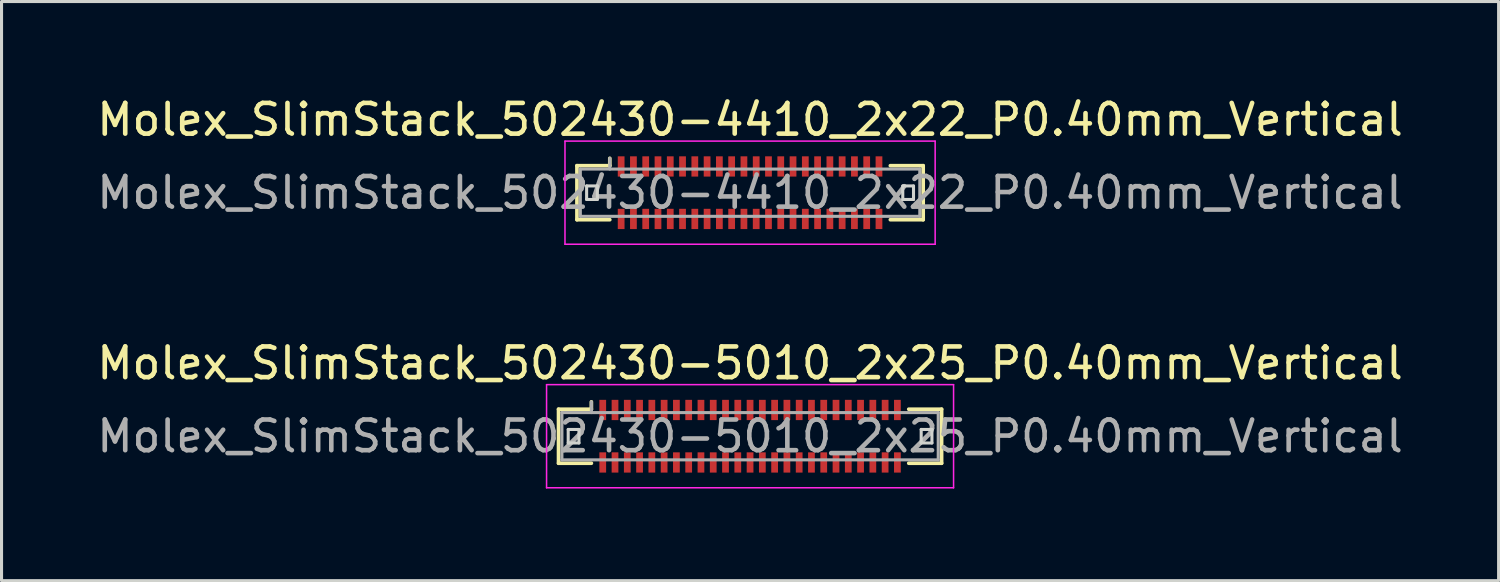
<source format=kicad_pcb>
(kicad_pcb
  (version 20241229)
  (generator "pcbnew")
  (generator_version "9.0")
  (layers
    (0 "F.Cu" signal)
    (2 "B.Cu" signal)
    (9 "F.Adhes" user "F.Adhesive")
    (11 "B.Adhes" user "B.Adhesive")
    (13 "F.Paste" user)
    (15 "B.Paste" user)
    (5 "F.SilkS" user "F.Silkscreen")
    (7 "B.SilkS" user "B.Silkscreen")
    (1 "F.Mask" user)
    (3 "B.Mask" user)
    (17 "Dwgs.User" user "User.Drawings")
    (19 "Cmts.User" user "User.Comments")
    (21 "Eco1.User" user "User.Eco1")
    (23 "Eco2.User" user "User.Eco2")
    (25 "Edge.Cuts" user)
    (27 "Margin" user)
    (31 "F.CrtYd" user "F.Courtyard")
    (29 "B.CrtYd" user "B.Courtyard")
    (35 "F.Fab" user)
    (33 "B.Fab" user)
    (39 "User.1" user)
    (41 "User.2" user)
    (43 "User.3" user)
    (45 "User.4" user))
  (footprint "Molex_SlimStack_502430-4410_2x22_P0.40mm_Vertical"
    (layer "F.Cu")
    (at 21.387 3.228)
    (property "Reference" "Molex_SlimStack_502430-4410_2x22_P0.40mm_Vertical" (at 0 -2.38 0) (layer "F.SilkS") (effects (font (size 1 1) (thickness 0.15))))
    (attr smd)
    (fp_line (start -5.64 -0.88) (end -4.57 -0.88) (stroke (width 0.12) (type solid)) (layer "F.SilkS"))
    (fp_line (start -5.64 0.88) (end -5.64 -0.88) (stroke (width 0.12) (type solid)) (layer "F.SilkS"))
    (fp_line (start -4.57 -0.88) (end -4.57 -1.12) (stroke (width 0.12) (type solid)) (layer "F.SilkS"))
    (fp_line (start -4.57 0.88) (end -5.64 0.88) (stroke (width 0.12) (type solid)) (layer "F.SilkS"))
    (fp_line (start 4.57 0.88) (end 5.64 0.88) (stroke (width 0.12) (type solid)) (layer "F.SilkS"))
    (fp_line (start 5.64 -0.88) (end 4.57 -0.88) (stroke (width 0.12) (type solid)) (layer "F.SilkS"))
    (fp_line (start 5.64 0.88) (end 5.64 -0.88) (stroke (width 0.12) (type solid)) (layer "F.SilkS"))
    (fp_line (start -5.325 -0.22) (end -5.325 0.22) (stroke (width 0.1) (type solid)) (layer "Edge.Cuts"))
    (fp_line (start -5.325 0.22) (end -4.975 0.22) (stroke (width 0.1) (type solid)) (layer "Edge.Cuts"))
    (fp_line (start -4.975 -0.22) (end -5.325 -0.22) (stroke (width 0.1) (type solid)) (layer "Edge.Cuts"))
    (fp_line (start -4.975 0.22) (end -4.975 -0.22) (stroke (width 0.1) (type solid)) (layer "Edge.Cuts"))
    (fp_line (start 4.975 -0.22) (end 4.975 0.22) (stroke (width 0.1) (type solid)) (layer "Edge.Cuts"))
    (fp_line (start 4.975 0.22) (end 5.325 0.22) (stroke (width 0.1) (type solid)) (layer "Edge.Cuts"))
    (fp_line (start 5.325 -0.22) (end 4.975 -0.22) (stroke (width 0.1) (type solid)) (layer "Edge.Cuts"))
    (fp_line (start 5.325 0.22) (end 5.325 -0.22) (stroke (width 0.1) (type solid)) (layer "Edge.Cuts"))
    (fp_line (start -6.03 -1.68) (end -6.03 1.68) (stroke (width 0.05) (type solid)) (layer "F.CrtYd"))
    (fp_line (start -6.03 1.68) (end 6.03 1.68) (stroke (width 0.05) (type solid)) (layer "F.CrtYd"))
    (fp_line (start 6.03 -1.68) (end -6.03 -1.68) (stroke (width 0.05) (type solid)) (layer "F.CrtYd"))
    (fp_line (start 6.03 1.68) (end 6.03 -1.68) (stroke (width 0.05) (type solid)) (layer "F.CrtYd"))
    (fp_line (start -5.53 -0.77) (end -5.53 0.77) (stroke (width 0.1) (type solid)) (layer "F.Fab"))
    (fp_line (start -5.53 0.77) (end 5.53 0.77) (stroke (width 0.1) (type solid)) (layer "F.Fab"))
    (fp_line (start -4.57 -0.77) (end -4.57 -1.12) (stroke (width 0.1) (type solid)) (layer "F.Fab"))
    (fp_line (start 5.53 -0.77) (end -5.53 -0.77) (stroke (width 0.1) (type solid)) (layer "F.Fab"))
    (fp_line (start 5.53 0.77) (end 5.53 -0.77) (stroke (width 0.1) (type solid)) (layer "F.Fab"))
    (fp_text user "${REFERENCE}" (at 0 0 0) (layer "F.Fab") (effects (font (size 1 1) (thickness 0.15))))
    (pad "1" smd rect (at -4.2 -0.855) (size 0.22 0.66) (layers "F.Cu" "F.Mask" "F.Paste"))
    (pad "2" smd rect (at -4.2 0.855) (size 0.22 0.66) (layers "F.Cu" "F.Mask" "F.Paste"))
    (pad "3" smd rect (at -3.8 -0.855) (size 0.22 0.66) (layers "F.Cu" "F.Mask" "F.Paste"))
    (pad "4" smd rect (at -3.8 0.855) (size 0.22 0.66) (layers "F.Cu" "F.Mask" "F.Paste"))
    (pad "5" smd rect (at -3.4 -0.855) (size 0.22 0.66) (layers "F.Cu" "F.Mask" "F.Paste"))
    (pad "6" smd rect (at -3.4 0.855) (size 0.22 0.66) (layers "F.Cu" "F.Mask" "F.Paste"))
    (pad "7" smd rect (at -3 -0.855) (size 0.22 0.66) (layers "F.Cu" "F.Mask" "F.Paste"))
    (pad "8" smd rect (at -3 0.855) (size 0.22 0.66) (layers "F.Cu" "F.Mask" "F.Paste"))
    (pad "9" smd rect (at -2.6 -0.855) (size 0.22 0.66) (layers "F.Cu" "F.Mask" "F.Paste"))
    (pad "10" smd rect (at -2.6 0.855) (size 0.22 0.66) (layers "F.Cu" "F.Mask" "F.Paste"))
    (pad "11" smd rect (at -2.2 -0.855) (size 0.22 0.66) (layers "F.Cu" "F.Mask" "F.Paste"))
    (pad "12" smd rect (at -2.2 0.855) (size 0.22 0.66) (layers "F.Cu" "F.Mask" "F.Paste"))
    (pad "13" smd rect (at -1.8 -0.855) (size 0.22 0.66) (layers "F.Cu" "F.Mask" "F.Paste"))
    (pad "14" smd rect (at -1.8 0.855) (size 0.22 0.66) (layers "F.Cu" "F.Mask" "F.Paste"))
    (pad "15" smd rect (at -1.4 -0.855) (size 0.22 0.66) (layers "F.Cu" "F.Mask" "F.Paste"))
    (pad "16" smd rect (at -1.4 0.855) (size 0.22 0.66) (layers "F.Cu" "F.Mask" "F.Paste"))
    (pad "17" smd rect (at -1 -0.855) (size 0.22 0.66) (layers "F.Cu" "F.Mask" "F.Paste"))
    (pad "18" smd rect (at -1 0.855) (size 0.22 0.66) (layers "F.Cu" "F.Mask" "F.Paste"))
    (pad "19" smd rect (at -0.6 -0.855) (size 0.22 0.66) (layers "F.Cu" "F.Mask" "F.Paste"))
    (pad "20" smd rect (at -0.6 0.855) (size 0.22 0.66) (layers "F.Cu" "F.Mask" "F.Paste"))
    (pad "21" smd rect (at -0.2 -0.855) (size 0.22 0.66) (layers "F.Cu" "F.Mask" "F.Paste"))
    (pad "22" smd rect (at -0.2 0.855) (size 0.22 0.66) (layers "F.Cu" "F.Mask" "F.Paste"))
    (pad "23" smd rect (at 0.2 -0.855) (size 0.22 0.66) (layers "F.Cu" "F.Mask" "F.Paste"))
    (pad "24" smd rect (at 0.2 0.855) (size 0.22 0.66) (layers "F.Cu" "F.Mask" "F.Paste"))
    (pad "25" smd rect (at 0.6 -0.855) (size 0.22 0.66) (layers "F.Cu" "F.Mask" "F.Paste"))
    (pad "26" smd rect (at 0.6 0.855) (size 0.22 0.66) (layers "F.Cu" "F.Mask" "F.Paste"))
    (pad "27" smd rect (at 1 -0.855) (size 0.22 0.66) (layers "F.Cu" "F.Mask" "F.Paste"))
    (pad "28" smd rect (at 1 0.855) (size 0.22 0.66) (layers "F.Cu" "F.Mask" "F.Paste"))
    (pad "29" smd rect (at 1.4 -0.855) (size 0.22 0.66) (layers "F.Cu" "F.Mask" "F.Paste"))
    (pad "30" smd rect (at 1.4 0.855) (size 0.22 0.66) (layers "F.Cu" "F.Mask" "F.Paste"))
    (pad "31" smd rect (at 1.8 -0.855) (size 0.22 0.66) (layers "F.Cu" "F.Mask" "F.Paste"))
    (pad "32" smd rect (at 1.8 0.855) (size 0.22 0.66) (layers "F.Cu" "F.Mask" "F.Paste"))
    (pad "33" smd rect (at 2.2 -0.855) (size 0.22 0.66) (layers "F.Cu" "F.Mask" "F.Paste"))
    (pad "34" smd rect (at 2.2 0.855) (size 0.22 0.66) (layers "F.Cu" "F.Mask" "F.Paste"))
    (pad "35" smd rect (at 2.6 -0.855) (size 0.22 0.66) (layers "F.Cu" "F.Mask" "F.Paste"))
    (pad "36" smd rect (at 2.6 0.855) (size 0.22 0.66) (layers "F.Cu" "F.Mask" "F.Paste"))
    (pad "37" smd rect (at 3 -0.855) (size 0.22 0.66) (layers "F.Cu" "F.Mask" "F.Paste"))
    (pad "38" smd rect (at 3 0.855) (size 0.22 0.66) (layers "F.Cu" "F.Mask" "F.Paste"))
    (pad "39" smd rect (at 3.4 -0.855) (size 0.22 0.66) (layers "F.Cu" "F.Mask" "F.Paste"))
    (pad "40" smd rect (at 3.4 0.855) (size 0.22 0.66) (layers "F.Cu" "F.Mask" "F.Paste"))
    (pad "41" smd rect (at 3.8 -0.855) (size 0.22 0.66) (layers "F.Cu" "F.Mask" "F.Paste"))
    (pad "42" smd rect (at 3.8 0.855) (size 0.22 0.66) (layers "F.Cu" "F.Mask" "F.Paste"))
    (pad "43" smd rect (at 4.2 -0.855) (size 0.22 0.66) (layers "F.Cu" "F.Mask" "F.Paste"))
    (pad "44" smd rect (at 4.2 0.855) (size 0.22 0.66) (layers "F.Cu" "F.Mask" "F.Paste")))
  (footprint "Molex_SlimStack_502430-5010_2x25_P0.40mm_Vertical"
    (layer "F.Cu")
    (at 21.387 11.162)
    (property "Reference" "Molex_SlimStack_502430-5010_2x25_P0.40mm_Vertical" (at 0 -2.38 0) (layer "F.SilkS") (effects (font (size 1 1) (thickness 0.15))))
    (attr smd)
    (fp_line (start -6.24 -0.88) (end -5.17 -0.88) (stroke (width 0.12) (type solid)) (layer "F.SilkS"))
    (fp_line (start -6.24 0.88) (end -6.24 -0.88) (stroke (width 0.12) (type solid)) (layer "F.SilkS"))
    (fp_line (start -5.17 -0.88) (end -5.17 -1.12) (stroke (width 0.12) (type solid)) (layer "F.SilkS"))
    (fp_line (start -5.17 0.88) (end -6.24 0.88) (stroke (width 0.12) (type solid)) (layer "F.SilkS"))
    (fp_line (start 5.17 0.88) (end 6.24 0.88) (stroke (width 0.12) (type solid)) (layer "F.SilkS"))
    (fp_line (start 6.24 -0.88) (end 5.17 -0.88) (stroke (width 0.12) (type solid)) (layer "F.SilkS"))
    (fp_line (start 6.24 0.88) (end 6.24 -0.88) (stroke (width 0.12) (type solid)) (layer "F.SilkS"))
    (fp_line (start -5.925 -0.22) (end -5.925 0.22) (stroke (width 0.1) (type solid)) (layer "Edge.Cuts"))
    (fp_line (start -5.925 0.22) (end -5.575 0.22) (stroke (width 0.1) (type solid)) (layer "Edge.Cuts"))
    (fp_line (start -5.575 -0.22) (end -5.925 -0.22) (stroke (width 0.1) (type solid)) (layer "Edge.Cuts"))
    (fp_line (start -5.575 0.22) (end -5.575 -0.22) (stroke (width 0.1) (type solid)) (layer "Edge.Cuts"))
    (fp_line (start 5.575 -0.22) (end 5.575 0.22) (stroke (width 0.1) (type solid)) (layer "Edge.Cuts"))
    (fp_line (start 5.575 0.22) (end 5.925 0.22) (stroke (width 0.1) (type solid)) (layer "Edge.Cuts"))
    (fp_line (start 5.925 -0.22) (end 5.575 -0.22) (stroke (width 0.1) (type solid)) (layer "Edge.Cuts"))
    (fp_line (start 5.925 0.22) (end 5.925 -0.22) (stroke (width 0.1) (type solid)) (layer "Edge.Cuts"))
    (fp_line (start -6.63 -1.68) (end -6.63 1.68) (stroke (width 0.05) (type solid)) (layer "F.CrtYd"))
    (fp_line (start -6.63 1.68) (end 6.63 1.68) (stroke (width 0.05) (type solid)) (layer "F.CrtYd"))
    (fp_line (start 6.63 -1.68) (end -6.63 -1.68) (stroke (width 0.05) (type solid)) (layer "F.CrtYd"))
    (fp_line (start 6.63 1.68) (end 6.63 -1.68) (stroke (width 0.05) (type solid)) (layer "F.CrtYd"))
    (fp_line (start -6.13 -0.77) (end -6.13 0.77) (stroke (width 0.1) (type solid)) (layer "F.Fab"))
    (fp_line (start -6.13 0.77) (end 6.13 0.77) (stroke (width 0.1) (type solid)) (layer "F.Fab"))
    (fp_line (start -5.17 -0.77) (end -5.17 -1.12) (stroke (width 0.1) (type solid)) (layer "F.Fab"))
    (fp_line (start 6.13 -0.77) (end -6.13 -0.77) (stroke (width 0.1) (type solid)) (layer "F.Fab"))
    (fp_line (start 6.13 0.77) (end 6.13 -0.77) (stroke (width 0.1) (type solid)) (layer "F.Fab"))
    (fp_text user "${REFERENCE}" (at 0 0 0) (layer "F.Fab") (effects (font (size 1 1) (thickness 0.15))))
    (pad "1" smd rect (at -4.8 -0.855) (size 0.22 0.66) (layers "F.Cu" "F.Mask" "F.Paste"))
    (pad "2" smd rect (at -4.8 0.855) (size 0.22 0.66) (layers "F.Cu" "F.Mask" "F.Paste"))
    (pad "3" smd rect (at -4.4 -0.855) (size 0.22 0.66) (layers "F.Cu" "F.Mask" "F.Paste"))
    (pad "4" smd rect (at -4.4 0.855) (size 0.22 0.66) (layers "F.Cu" "F.Mask" "F.Paste"))
    (pad "5" smd rect (at -4 -0.855) (size 0.22 0.66) (layers "F.Cu" "F.Mask" "F.Paste"))
    (pad "6" smd rect (at -4 0.855) (size 0.22 0.66) (layers "F.Cu" "F.Mask" "F.Paste"))
    (pad "7" smd rect (at -3.6 -0.855) (size 0.22 0.66) (layers "F.Cu" "F.Mask" "F.Paste"))
    (pad "8" smd rect (at -3.6 0.855) (size 0.22 0.66) (layers "F.Cu" "F.Mask" "F.Paste"))
    (pad "9" smd rect (at -3.2 -0.855) (size 0.22 0.66) (layers "F.Cu" "F.Mask" "F.Paste"))
    (pad "10" smd rect (at -3.2 0.855) (size 0.22 0.66) (layers "F.Cu" "F.Mask" "F.Paste"))
    (pad "11" smd rect (at -2.8 -0.855) (size 0.22 0.66) (layers "F.Cu" "F.Mask" "F.Paste"))
    (pad "12" smd rect (at -2.8 0.855) (size 0.22 0.66) (layers "F.Cu" "F.Mask" "F.Paste"))
    (pad "13" smd rect (at -2.4 -0.855) (size 0.22 0.66) (layers "F.Cu" "F.Mask" "F.Paste"))
    (pad "14" smd rect (at -2.4 0.855) (size 0.22 0.66) (layers "F.Cu" "F.Mask" "F.Paste"))
    (pad "15" smd rect (at -2 -0.855) (size 0.22 0.66) (layers "F.Cu" "F.Mask" "F.Paste"))
    (pad "16" smd rect (at -2 0.855) (size 0.22 0.66) (layers "F.Cu" "F.Mask" "F.Paste"))
    (pad "17" smd rect (at -1.6 -0.855) (size 0.22 0.66) (layers "F.Cu" "F.Mask" "F.Paste"))
    (pad "18" smd rect (at -1.6 0.855) (size 0.22 0.66) (layers "F.Cu" "F.Mask" "F.Paste"))
    (pad "19" smd rect (at -1.2 -0.855) (size 0.22 0.66) (layers "F.Cu" "F.Mask" "F.Paste"))
    (pad "20" smd rect (at -1.2 0.855) (size 0.22 0.66) (layers "F.Cu" "F.Mask" "F.Paste"))
    (pad "21" smd rect (at -0.8 -0.855) (size 0.22 0.66) (layers "F.Cu" "F.Mask" "F.Paste"))
    (pad "22" smd rect (at -0.8 0.855) (size 0.22 0.66) (layers "F.Cu" "F.Mask" "F.Paste"))
    (pad "23" smd rect (at -0.4 -0.855) (size 0.22 0.66) (layers "F.Cu" "F.Mask" "F.Paste"))
    (pad "24" smd rect (at -0.4 0.855) (size 0.22 0.66) (layers "F.Cu" "F.Mask" "F.Paste"))
    (pad "25" smd rect (at 0 -0.855) (size 0.22 0.66) (layers "F.Cu" "F.Mask" "F.Paste"))
    (pad "26" smd rect (at 0 0.855) (size 0.22 0.66) (layers "F.Cu" "F.Mask" "F.Paste"))
    (pad "27" smd rect (at 0.4 -0.855) (size 0.22 0.66) (layers "F.Cu" "F.Mask" "F.Paste"))
    (pad "28" smd rect (at 0.4 0.855) (size 0.22 0.66) (layers "F.Cu" "F.Mask" "F.Paste"))
    (pad "29" smd rect (at 0.8 -0.855) (size 0.22 0.66) (layers "F.Cu" "F.Mask" "F.Paste"))
    (pad "30" smd rect (at 0.8 0.855) (size 0.22 0.66) (layers "F.Cu" "F.Mask" "F.Paste"))
    (pad "31" smd rect (at 1.2 -0.855) (size 0.22 0.66) (layers "F.Cu" "F.Mask" "F.Paste"))
    (pad "32" smd rect (at 1.2 0.855) (size 0.22 0.66) (layers "F.Cu" "F.Mask" "F.Paste"))
    (pad "33" smd rect (at 1.6 -0.855) (size 0.22 0.66) (layers "F.Cu" "F.Mask" "F.Paste"))
    (pad "34" smd rect (at 1.6 0.855) (size 0.22 0.66) (layers "F.Cu" "F.Mask" "F.Paste"))
    (pad "35" smd rect (at 2 -0.855) (size 0.22 0.66) (layers "F.Cu" "F.Mask" "F.Paste"))
    (pad "36" smd rect (at 2 0.855) (size 0.22 0.66) (layers "F.Cu" "F.Mask" "F.Paste"))
    (pad "37" smd rect (at 2.4 -0.855) (size 0.22 0.66) (layers "F.Cu" "F.Mask" "F.Paste"))
    (pad "38" smd rect (at 2.4 0.855) (size 0.22 0.66) (layers "F.Cu" "F.Mask" "F.Paste"))
    (pad "39" smd rect (at 2.8 -0.855) (size 0.22 0.66) (layers "F.Cu" "F.Mask" "F.Paste"))
    (pad "40" smd rect (at 2.8 0.855) (size 0.22 0.66) (layers "F.Cu" "F.Mask" "F.Paste"))
    (pad "41" smd rect (at 3.2 -0.855) (size 0.22 0.66) (layers "F.Cu" "F.Mask" "F.Paste"))
    (pad "42" smd rect (at 3.2 0.855) (size 0.22 0.66) (layers "F.Cu" "F.Mask" "F.Paste"))
    (pad "43" smd rect (at 3.6 -0.855) (size 0.22 0.66) (layers "F.Cu" "F.Mask" "F.Paste"))
    (pad "44" smd rect (at 3.6 0.855) (size 0.22 0.66) (layers "F.Cu" "F.Mask" "F.Paste"))
    (pad "45" smd rect (at 4 -0.855) (size 0.22 0.66) (layers "F.Cu" "F.Mask" "F.Paste"))
    (pad "46" smd rect (at 4 0.855) (size 0.22 0.66) (layers "F.Cu" "F.Mask" "F.Paste"))
    (pad "47" smd rect (at 4.4 -0.855) (size 0.22 0.66) (layers "F.Cu" "F.Mask" "F.Paste"))
    (pad "48" smd rect (at 4.4 0.855) (size 0.22 0.66) (layers "F.Cu" "F.Mask" "F.Paste"))
    (pad "49" smd rect (at 4.8 -0.855) (size 0.22 0.66) (layers "F.Cu" "F.Mask" "F.Paste"))
    (pad "50" smd rect (at 4.8 0.855) (size 0.22 0.66) (layers "F.Cu" "F.Mask" "F.Paste")))
  (gr_rect
    (start -3 -3)
    (end 45.774 15.867)
    (stroke (width 0.1) (type default))
    (fill no)
    (layer "Edge.Cuts")))
</source>
